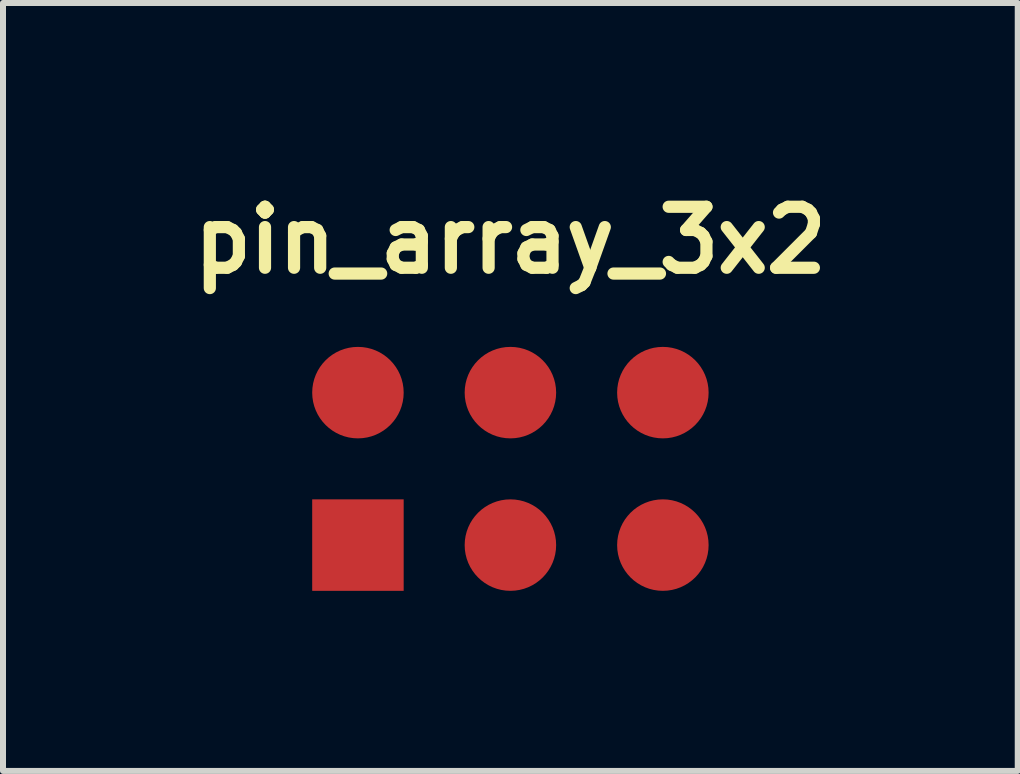
<source format=kicad_pcb>
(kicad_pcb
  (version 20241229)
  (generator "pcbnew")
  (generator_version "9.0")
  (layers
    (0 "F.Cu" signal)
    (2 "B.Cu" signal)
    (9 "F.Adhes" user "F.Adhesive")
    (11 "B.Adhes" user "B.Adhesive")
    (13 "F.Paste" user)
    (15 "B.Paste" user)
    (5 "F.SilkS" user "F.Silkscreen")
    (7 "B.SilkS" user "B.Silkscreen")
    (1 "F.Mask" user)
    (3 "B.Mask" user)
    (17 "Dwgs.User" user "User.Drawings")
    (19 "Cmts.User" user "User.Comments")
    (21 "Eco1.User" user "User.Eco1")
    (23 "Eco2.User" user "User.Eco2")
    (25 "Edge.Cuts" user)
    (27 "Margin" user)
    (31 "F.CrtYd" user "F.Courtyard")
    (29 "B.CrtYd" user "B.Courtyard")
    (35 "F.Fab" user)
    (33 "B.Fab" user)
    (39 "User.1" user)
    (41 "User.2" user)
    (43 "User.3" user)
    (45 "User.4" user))
  (footprint "pin_array_3x2"
    (layer "F.Cu")
    (at 5.453 4.761)
    (property "Reference" "pin_array_3x2" (at 0 -3.81 0) (layer "F.SilkS") (effects (font (size 1.016 1.016) (thickness 0.203))))
    (attr through_hole)
    (pad "1" smd rect (at -2.54 1.27) (size 1.524 1.524) (layers "F.Cu" "F.Mask" "F.Paste"))
    (pad "2" smd circle (at -2.54 -1.27) (size 1.524 1.524) (layers "F.Cu" "F.Mask" "F.Paste"))
    (pad "3" smd circle (at 0 1.27) (size 1.524 1.524) (layers "F.Cu" "F.Mask" "F.Paste"))
    (pad "4" smd circle (at 0 -1.27) (size 1.524 1.524) (layers "F.Cu" "F.Mask" "F.Paste"))
    (pad "5" smd circle (at 2.54 1.27) (size 1.524 1.524) (layers "F.Cu" "F.Mask" "F.Paste"))
    (pad "6" smd circle (at 2.54 -1.27) (size 1.524 1.524) (layers "F.Cu" "F.Mask" "F.Paste")))
  (gr_rect
    (start -3 -3)
    (end 13.905 9.793)
    (stroke (width 0.1) (type default))
    (fill no)
    (layer "Edge.Cuts")))
</source>
